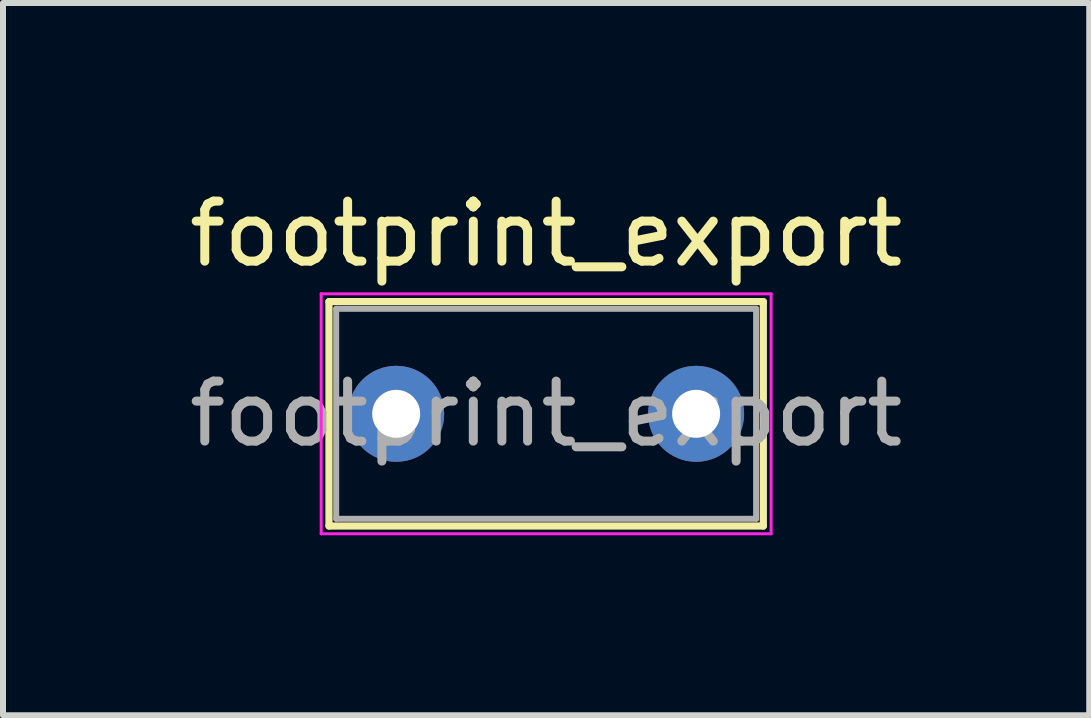
<source format=kicad_pcb>
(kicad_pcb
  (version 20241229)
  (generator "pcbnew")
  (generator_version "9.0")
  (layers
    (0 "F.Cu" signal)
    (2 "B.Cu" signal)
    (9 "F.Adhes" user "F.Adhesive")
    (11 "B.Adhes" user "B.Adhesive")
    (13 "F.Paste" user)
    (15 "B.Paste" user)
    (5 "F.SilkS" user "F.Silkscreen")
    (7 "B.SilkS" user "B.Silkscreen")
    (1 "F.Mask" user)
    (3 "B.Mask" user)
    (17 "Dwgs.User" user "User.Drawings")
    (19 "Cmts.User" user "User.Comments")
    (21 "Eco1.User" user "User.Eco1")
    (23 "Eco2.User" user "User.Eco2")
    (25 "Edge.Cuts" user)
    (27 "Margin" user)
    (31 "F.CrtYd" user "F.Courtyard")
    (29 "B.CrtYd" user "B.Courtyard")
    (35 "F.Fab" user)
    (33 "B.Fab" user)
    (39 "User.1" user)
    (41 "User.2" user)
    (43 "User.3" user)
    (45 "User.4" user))
  (footprint "footprint_export"
    (layer "F.Cu")
    (at 3.554 3.848)
    (property "Reference" "footprint_export" (at 2.5 -3 0) (layer "F.SilkS") (effects (font (size 1 1) (thickness 0.15))))
    (attr through_hole)
    (fp_line (start -1.12 -1.87) (end -1.12 1.87) (stroke (width 0.12) (type solid)) (layer "F.SilkS"))
    (fp_line (start -1.12 -1.87) (end 6.12 -1.87) (stroke (width 0.12) (type solid)) (layer "F.SilkS"))
    (fp_line (start -1.12 1.87) (end 6.12 1.87) (stroke (width 0.12) (type solid)) (layer "F.SilkS"))
    (fp_line (start 6.12 -1.87) (end 6.12 1.87) (stroke (width 0.12) (type solid)) (layer "F.SilkS"))
    (fp_line (start -1.25 -2) (end -1.25 2) (stroke (width 0.05) (type solid)) (layer "F.CrtYd"))
    (fp_line (start -1.25 2) (end 6.25 2) (stroke (width 0.05) (type solid)) (layer "F.CrtYd"))
    (fp_line (start 6.25 -2) (end -1.25 -2) (stroke (width 0.05) (type solid)) (layer "F.CrtYd"))
    (fp_line (start 6.25 2) (end 6.25 -2) (stroke (width 0.05) (type solid)) (layer "F.CrtYd"))
    (fp_line (start -1 -1.75) (end -1 1.75) (stroke (width 0.1) (type solid)) (layer "F.Fab"))
    (fp_line (start -1 1.75) (end 6 1.75) (stroke (width 0.1) (type solid)) (layer "F.Fab"))
    (fp_line (start 6 -1.75) (end -1 -1.75) (stroke (width 0.1) (type solid)) (layer "F.Fab"))
    (fp_line (start 6 1.75) (end 6 -1.75) (stroke (width 0.1) (type solid)) (layer "F.Fab"))
    (fp_text user "${REFERENCE}" (at 2.5 0 0) (layer "F.Fab") (effects (font (size 1 1) (thickness 0.15))))
    (pad "1" thru_hole circle (at 0 0) (size 1.6 1.6) (drill 0.8) (layers "*.Cu" "*.Mask"))
    (pad "2" thru_hole circle (at 5 0) (size 1.6 1.6) (drill 0.8) (layers "*.Cu" "*.Mask")))
  (gr_rect
    (start -3 -3)
    (end 15.107 8.873)
    (stroke (width 0.1) (type default))
    (fill no)
    (layer "Edge.Cuts")))
</source>
